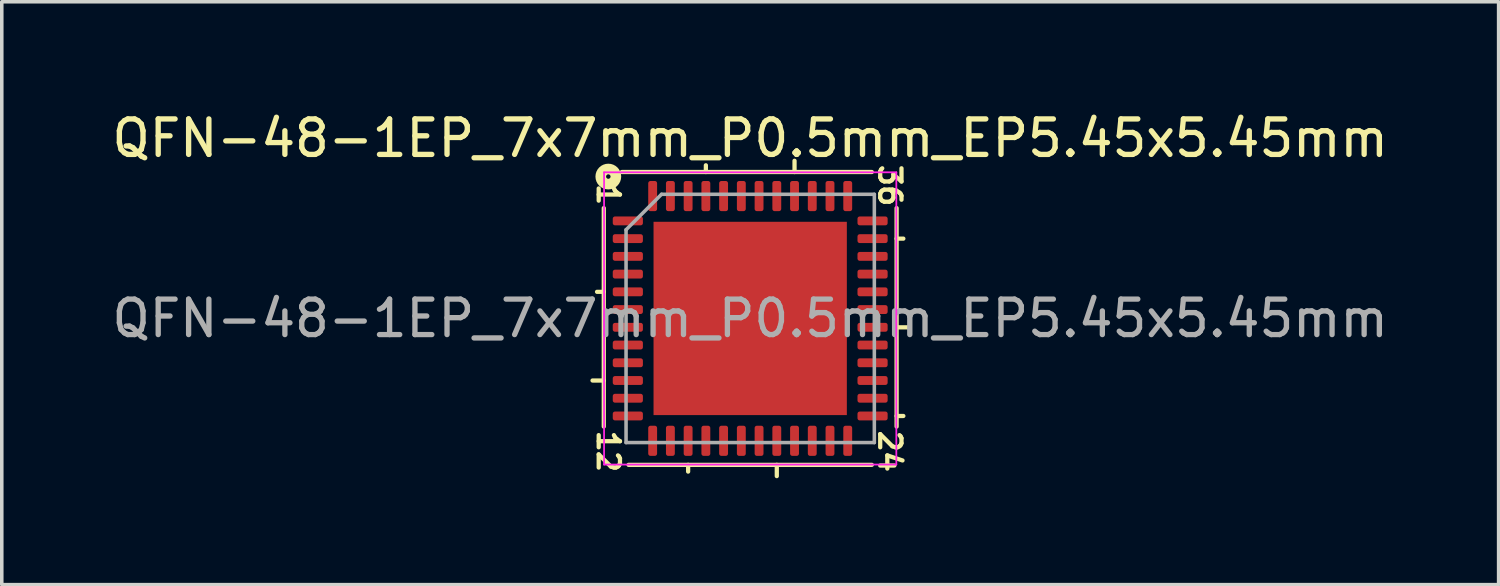
<source format=kicad_pcb>
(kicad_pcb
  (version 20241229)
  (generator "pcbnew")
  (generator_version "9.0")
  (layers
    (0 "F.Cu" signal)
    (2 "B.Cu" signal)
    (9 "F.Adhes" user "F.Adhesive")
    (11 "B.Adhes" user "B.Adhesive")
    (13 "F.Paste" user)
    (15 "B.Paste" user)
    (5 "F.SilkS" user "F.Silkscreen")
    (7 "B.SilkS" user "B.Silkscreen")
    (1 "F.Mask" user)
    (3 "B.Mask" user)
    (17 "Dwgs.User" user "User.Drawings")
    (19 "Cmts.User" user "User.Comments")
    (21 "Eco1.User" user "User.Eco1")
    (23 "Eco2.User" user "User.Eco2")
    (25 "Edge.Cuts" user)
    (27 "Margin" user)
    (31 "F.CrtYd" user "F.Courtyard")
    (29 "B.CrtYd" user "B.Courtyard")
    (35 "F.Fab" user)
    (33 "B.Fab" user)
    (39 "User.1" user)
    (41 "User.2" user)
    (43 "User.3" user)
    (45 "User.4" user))
  (footprint "QFN-48-1EP_7x7mm_P0.5mm_EP5.45x5.45mm"
    (layer "F.Cu")
    (at 18.101 5.928)
    (property "Reference" "QFN-48-1EP_7x7mm_P0.5mm_EP5.45x5.45mm" (at 0 -5.08 0) (layer "F.SilkS") (effects (font (size 1 1) (thickness 0.15))))
    (attr smd)
    (fp_line (start -4.128 -3.111) (end -4.128 3.048) (stroke (width 0.12) (type solid)) (layer "F.SilkS"))
    (fp_line (start -4.128 -0.75) (end -4.318 -0.75) (stroke (width 0.12) (type solid)) (layer "F.SilkS"))
    (fp_line (start -4.128 1.75) (end -4.445 1.75) (stroke (width 0.12) (type solid)) (layer "F.SilkS"))
    (fp_line (start -3.429 4.128) (end 3.429 4.128) (stroke (width 0.12) (type solid)) (layer "F.SilkS"))
    (fp_line (start -1.75 4.128) (end -1.75 4.318) (stroke (width 0.12) (type solid)) (layer "F.SilkS"))
    (fp_line (start -1.25 -4.128) (end -1.25 -4.318) (stroke (width 0.12) (type solid)) (layer "F.SilkS"))
    (fp_line (start 0.75 4.128) (end 0.75 4.445) (stroke (width 0.12) (type solid)) (layer "F.SilkS"))
    (fp_line (start 1.25 -4.128) (end 1.25 -4.445) (stroke (width 0.12) (type solid)) (layer "F.SilkS"))
    (fp_line (start 3.429 -4.128) (end -3.619 -4.128) (stroke (width 0.12) (type solid)) (layer "F.SilkS"))
    (fp_line (start 4.128 -2.25) (end 4.318 -2.25) (stroke (width 0.12) (type solid)) (layer "F.SilkS"))
    (fp_line (start 4.128 0.25) (end 4.445 0.25) (stroke (width 0.12) (type solid)) (layer "F.SilkS"))
    (fp_line (start 4.128 2.75) (end 4.318 2.75) (stroke (width 0.12) (type solid)) (layer "F.SilkS"))
    (fp_line (start 4.128 3.048) (end 4.128 -3.111) (stroke (width 0.12) (type solid)) (layer "F.SilkS"))
    (fp_circle (center -4 -4) (end -3.937 -4) (stroke (width 0.3) (type solid)) (fill no) (layer "F.SilkS"))
    (fp_line (start -4.12 -4.12) (end -4.12 4.12) (stroke (width 0.05) (type solid)) (layer "F.CrtYd"))
    (fp_line (start -4.12 4.12) (end 4.12 4.12) (stroke (width 0.05) (type solid)) (layer "F.CrtYd"))
    (fp_line (start 4.12 -4.12) (end -4.12 -4.12) (stroke (width 0.05) (type solid)) (layer "F.CrtYd"))
    (fp_line (start 4.12 4.12) (end 4.12 -4.12) (stroke (width 0.05) (type solid)) (layer "F.CrtYd"))
    (fp_line (start -3.5 -2.5) (end -2.5 -3.5) (stroke (width 0.1) (type solid)) (layer "F.Fab"))
    (fp_line (start -3.5 3.5) (end -3.5 -2.5) (stroke (width 0.1) (type solid)) (layer "F.Fab"))
    (fp_line (start -2.5 -3.5) (end 3.5 -3.5) (stroke (width 0.1) (type solid)) (layer "F.Fab"))
    (fp_line (start 3.5 -3.5) (end 3.5 3.5) (stroke (width 0.1) (type solid)) (layer "F.Fab"))
    (fp_line (start 3.5 3.5) (end -3.5 3.5) (stroke (width 0.1) (type solid)) (layer "F.Fab"))
    (fp_text user "36" (at 3.937 -3.747 270) (unlocked yes) (layer "F.SilkS") (effects (font (size 0.6 0.6) (thickness 0.12))))
    (fp_text user "12" (at -4 3.747 270) (unlocked yes) (layer "F.SilkS") (effects (font (size 0.6 0.6) (thickness 0.12))))
    (fp_text user "1" (at -4 -3.493 270) (unlocked yes) (layer "F.SilkS") (effects (font (size 0.6 0.6) (thickness 0.12))))
    (fp_text user "24" (at 3.937 3.747 270) (unlocked yes) (layer "F.SilkS") (effects (font (size 0.6 0.6) (thickness 0.12))))
    (fp_text user "${REFERENCE}" (at 0 0 0) (layer "F.Fab") (effects (font (size 1 1) (thickness 0.15))))
    (pad "" smd roundrect (at -2.04 -2.04) (size 1.1 1.1) (layers "F.Paste") (roundrect_rratio 0.227))
    (pad "" smd roundrect (at -2.04 -0.68) (size 1.1 1.1) (layers "F.Paste") (roundrect_rratio 0.227))
    (pad "" smd roundrect (at -2.04 0.68) (size 1.1 1.1) (layers "F.Paste") (roundrect_rratio 0.227))
    (pad "" smd roundrect (at -2.04 2.04) (size 1.1 1.1) (layers "F.Paste") (roundrect_rratio 0.227))
    (pad "" smd roundrect (at -0.68 -2.04) (size 1.1 1.1) (layers "F.Paste") (roundrect_rratio 0.227))
    (pad "" smd roundrect (at -0.68 -0.68) (size 1.1 1.1) (layers "F.Paste") (roundrect_rratio 0.227))
    (pad "" smd roundrect (at -0.68 0.68) (size 1.1 1.1) (layers "F.Paste") (roundrect_rratio 0.227))
    (pad "" smd roundrect (at -0.68 2.04) (size 1.1 1.1) (layers "F.Paste") (roundrect_rratio 0.227))
    (pad "" smd roundrect (at 0.68 -2.04) (size 1.1 1.1) (layers "F.Paste") (roundrect_rratio 0.227))
    (pad "" smd roundrect (at 0.68 -0.68) (size 1.1 1.1) (layers "F.Paste") (roundrect_rratio 0.227))
    (pad "" smd roundrect (at 0.68 0.68) (size 1.1 1.1) (layers "F.Paste") (roundrect_rratio 0.227))
    (pad "" smd roundrect (at 0.68 2.04) (size 1.1 1.1) (layers "F.Paste") (roundrect_rratio 0.227))
    (pad "" smd roundrect (at 2.04 -2.04) (size 1.1 1.1) (layers "F.Paste") (roundrect_rratio 0.227))
    (pad "" smd roundrect (at 2.04 -0.68) (size 1.1 1.1) (layers "F.Paste") (roundrect_rratio 0.227))
    (pad "" smd roundrect (at 2.04 0.68) (size 1.1 1.1) (layers "F.Paste") (roundrect_rratio 0.227))
    (pad "" smd roundrect (at 2.04 2.04) (size 1.1 1.1) (layers "F.Paste") (roundrect_rratio 0.227))
    (pad "1" smd roundrect (at -3.45 -2.75) (size 0.85 0.25) (layers "F.Cu" "F.Mask" "F.Paste") (roundrect_rratio 0.25))
    (pad "2" smd roundrect (at -3.45 -2.25) (size 0.85 0.25) (layers "F.Cu" "F.Mask" "F.Paste") (roundrect_rratio 0.25))
    (pad "3" smd roundrect (at -3.45 -1.75) (size 0.85 0.25) (layers "F.Cu" "F.Mask" "F.Paste") (roundrect_rratio 0.25))
    (pad "4" smd roundrect (at -3.45 -1.25) (size 0.85 0.25) (layers "F.Cu" "F.Mask" "F.Paste") (roundrect_rratio 0.25))
    (pad "5" smd roundrect (at -3.45 -0.75) (size 0.85 0.25) (layers "F.Cu" "F.Mask" "F.Paste") (roundrect_rratio 0.25))
    (pad "6" smd roundrect (at -3.45 -0.25) (size 0.85 0.25) (layers "F.Cu" "F.Mask" "F.Paste") (roundrect_rratio 0.25))
    (pad "7" smd roundrect (at -3.45 0.25) (size 0.85 0.25) (layers "F.Cu" "F.Mask" "F.Paste") (roundrect_rratio 0.25))
    (pad "8" smd roundrect (at -3.45 0.75) (size 0.85 0.25) (layers "F.Cu" "F.Mask" "F.Paste") (roundrect_rratio 0.25))
    (pad "9" smd roundrect (at -3.45 1.25) (size 0.85 0.25) (layers "F.Cu" "F.Mask" "F.Paste") (roundrect_rratio 0.25))
    (pad "10" smd roundrect (at -3.45 1.75) (size 0.85 0.25) (layers "F.Cu" "F.Mask" "F.Paste") (roundrect_rratio 0.25))
    (pad "11" smd roundrect (at -3.45 2.25) (size 0.85 0.25) (layers "F.Cu" "F.Mask" "F.Paste") (roundrect_rratio 0.25))
    (pad "12" smd roundrect (at -3.45 2.75) (size 0.85 0.25) (layers "F.Cu" "F.Mask" "F.Paste") (roundrect_rratio 0.25))
    (pad "13" smd roundrect (at -2.75 3.45) (size 0.25 0.85) (layers "F.Cu" "F.Mask" "F.Paste") (roundrect_rratio 0.25))
    (pad "14" smd roundrect (at -2.25 3.45) (size 0.25 0.85) (layers "F.Cu" "F.Mask" "F.Paste") (roundrect_rratio 0.25))
    (pad "15" smd roundrect (at -1.75 3.45) (size 0.25 0.85) (layers "F.Cu" "F.Mask" "F.Paste") (roundrect_rratio 0.25))
    (pad "16" smd roundrect (at -1.25 3.45) (size 0.25 0.85) (layers "F.Cu" "F.Mask" "F.Paste") (roundrect_rratio 0.25))
    (pad "17" smd roundrect (at -0.75 3.45) (size 0.25 0.85) (layers "F.Cu" "F.Mask" "F.Paste") (roundrect_rratio 0.25))
    (pad "18" smd roundrect (at -0.25 3.45) (size 0.25 0.85) (layers "F.Cu" "F.Mask" "F.Paste") (roundrect_rratio 0.25))
    (pad "19" smd roundrect (at 0.25 3.45) (size 0.25 0.85) (layers "F.Cu" "F.Mask" "F.Paste") (roundrect_rratio 0.25))
    (pad "20" smd roundrect (at 0.75 3.45) (size 0.25 0.85) (layers "F.Cu" "F.Mask" "F.Paste") (roundrect_rratio 0.25))
    (pad "21" smd roundrect (at 1.25 3.45) (size 0.25 0.85) (layers "F.Cu" "F.Mask" "F.Paste") (roundrect_rratio 0.25))
    (pad "22" smd roundrect (at 1.75 3.45) (size 0.25 0.85) (layers "F.Cu" "F.Mask" "F.Paste") (roundrect_rratio 0.25))
    (pad "23" smd roundrect (at 2.25 3.45) (size 0.25 0.85) (layers "F.Cu" "F.Mask" "F.Paste") (roundrect_rratio 0.25))
    (pad "24" smd roundrect (at 2.75 3.45) (size 0.25 0.85) (layers "F.Cu" "F.Mask" "F.Paste") (roundrect_rratio 0.25))
    (pad "25" smd roundrect (at 3.45 2.75) (size 0.85 0.25) (layers "F.Cu" "F.Mask" "F.Paste") (roundrect_rratio 0.25))
    (pad "26" smd roundrect (at 3.45 2.25) (size 0.85 0.25) (layers "F.Cu" "F.Mask" "F.Paste") (roundrect_rratio 0.25))
    (pad "27" smd roundrect (at 3.45 1.75) (size 0.85 0.25) (layers "F.Cu" "F.Mask" "F.Paste") (roundrect_rratio 0.25))
    (pad "28" smd roundrect (at 3.45 1.25) (size 0.85 0.25) (layers "F.Cu" "F.Mask" "F.Paste") (roundrect_rratio 0.25))
    (pad "29" smd roundrect (at 3.45 0.75) (size 0.85 0.25) (layers "F.Cu" "F.Mask" "F.Paste") (roundrect_rratio 0.25))
    (pad "30" smd roundrect (at 3.45 0.25) (size 0.85 0.25) (layers "F.Cu" "F.Mask" "F.Paste") (roundrect_rratio 0.25))
    (pad "31" smd roundrect (at 3.45 -0.25) (size 0.85 0.25) (layers "F.Cu" "F.Mask" "F.Paste") (roundrect_rratio 0.25))
    (pad "32" smd roundrect (at 3.45 -0.75) (size 0.85 0.25) (layers "F.Cu" "F.Mask" "F.Paste") (roundrect_rratio 0.25))
    (pad "33" smd roundrect (at 3.45 -1.25) (size 0.85 0.25) (layers "F.Cu" "F.Mask" "F.Paste") (roundrect_rratio 0.25))
    (pad "34" smd roundrect (at 3.45 -1.75) (size 0.85 0.25) (layers "F.Cu" "F.Mask" "F.Paste") (roundrect_rratio 0.25))
    (pad "35" smd roundrect (at 3.45 -2.25) (size 0.85 0.25) (layers "F.Cu" "F.Mask" "F.Paste") (roundrect_rratio 0.25))
    (pad "36" smd roundrect (at 3.45 -2.75) (size 0.85 0.25) (layers "F.Cu" "F.Mask" "F.Paste") (roundrect_rratio 0.25))
    (pad "37" smd roundrect (at 2.75 -3.45) (size 0.25 0.85) (layers "F.Cu" "F.Mask" "F.Paste") (roundrect_rratio 0.25))
    (pad "38" smd roundrect (at 2.25 -3.45) (size 0.25 0.85) (layers "F.Cu" "F.Mask" "F.Paste") (roundrect_rratio 0.25))
    (pad "39" smd roundrect (at 1.75 -3.45) (size 0.25 0.85) (layers "F.Cu" "F.Mask" "F.Paste") (roundrect_rratio 0.25))
    (pad "40" smd roundrect (at 1.25 -3.45) (size 0.25 0.85) (layers "F.Cu" "F.Mask" "F.Paste") (roundrect_rratio 0.25))
    (pad "41" smd roundrect (at 0.75 -3.45) (size 0.25 0.85) (layers "F.Cu" "F.Mask" "F.Paste") (roundrect_rratio 0.25))
    (pad "42" smd roundrect (at 0.25 -3.45) (size 0.25 0.85) (layers "F.Cu" "F.Mask" "F.Paste") (roundrect_rratio 0.25))
    (pad "43" smd roundrect (at -0.25 -3.45) (size 0.25 0.85) (layers "F.Cu" "F.Mask" "F.Paste") (roundrect_rratio 0.25))
    (pad "44" smd roundrect (at -0.75 -3.45) (size 0.25 0.85) (layers "F.Cu" "F.Mask" "F.Paste") (roundrect_rratio 0.25))
    (pad "45" smd roundrect (at -1.25 -3.45) (size 0.25 0.85) (layers "F.Cu" "F.Mask" "F.Paste") (roundrect_rratio 0.25))
    (pad "46" smd roundrect (at -1.75 -3.45) (size 0.25 0.85) (layers "F.Cu" "F.Mask" "F.Paste") (roundrect_rratio 0.25))
    (pad "47" smd roundrect (at -2.25 -3.45) (size 0.25 0.85) (layers "F.Cu" "F.Mask" "F.Paste") (roundrect_rratio 0.25))
    (pad "48" smd roundrect (at -2.75 -3.45) (size 0.25 0.85) (layers "F.Cu" "F.Mask" "F.Paste") (roundrect_rratio 0.25))
    (pad "49" smd rect (at 0 0) (size 5.45 5.45) (layers "F.Cu" "F.Mask")))
  (gr_rect
    (start -3 -3)
    (end 39.202 13.433)
    (stroke (width 0.1) (type default))
    (fill no)
    (layer "Edge.Cuts")))
</source>
